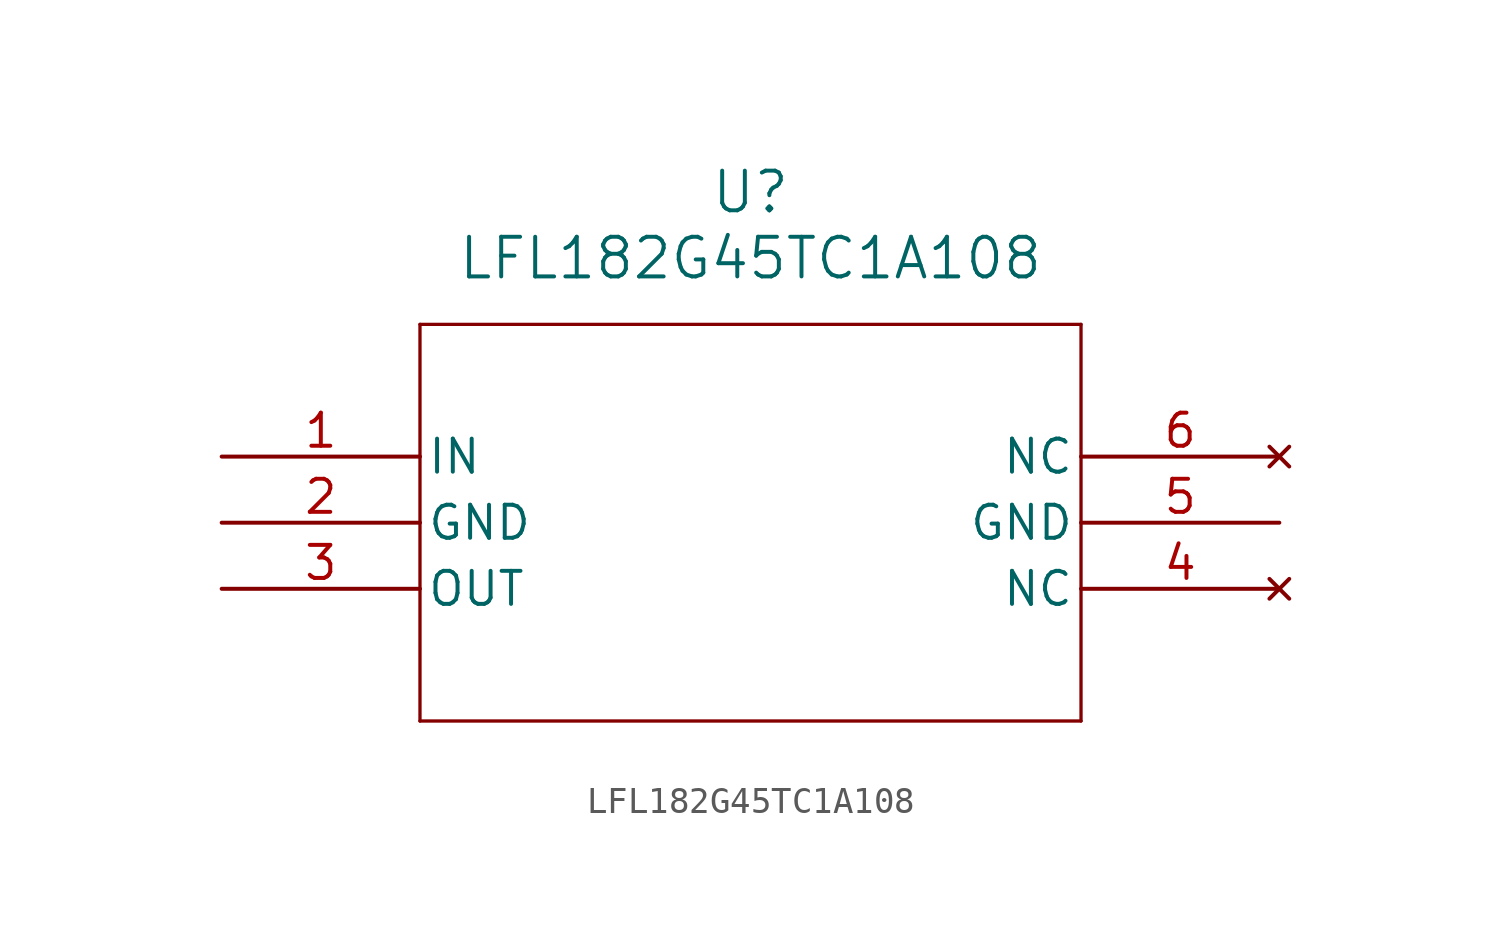
<source format=kicad_sym>
(kicad_symbol_lib
  (version 20211014)
  (generator kicad_symbol_editor)
  (symbol "LFL182G45TC1A108"
    (pin_names
      (offset 0.254))
    (property "Reference" "U"
      (at 20.32 10.16 0)
      (effects (font (size 1.524 1.524))))
    (property "Value" "LFL182G45TC1A108"
      (at 20.32 7.62 0)
      (effects (font (size 1.524 1.524))))
    (symbol "LFL182G45TC1A108_0_1"
      (polyline (pts (xy 7.62 5.08) (xy 7.62 -10.16)) (stroke (width 0.127) (type default) (color 0 0 0 0)) (fill (type none)))
      (polyline (pts (xy 7.62 -10.16) (xy 33.02 -10.16)) (stroke (width 0.127) (type default) (color 0 0 0 0)) (fill (type none)))
      (polyline (pts (xy 33.02 -10.16) (xy 33.02 5.08)) (stroke (width 0.127) (type default) (color 0 0 0 0)) (fill (type none)))
      (polyline (pts (xy 33.02 5.08) (xy 7.62 5.08)) (stroke (width 0.127) (type default) (color 0 0 0 0)) (fill (type none)))
      (pin input line (at 0 0 0) (length 7.62) (name "IN" (effects (font (size 1.27 1.27)))) (number "1" (effects (font (size 1.27 1.27)))))
      (pin power_out line (at 0 -2.54 0) (length 7.62) (name "GND" (effects (font (size 1.27 1.27)))) (number "2" (effects (font (size 1.27 1.27)))))
      (pin output line (at 0 -5.08 0) (length 7.62) (name "OUT" (effects (font (size 1.27 1.27)))) (number "3" (effects (font (size 1.27 1.27)))))
      (pin no_connect line (at 40.64 -5.08 180) (length 7.62) (name "NC" (effects (font (size 1.27 1.27)))) (number "4" (effects (font (size 1.27 1.27)))))
      (pin power_out line (at 40.64 -2.54 180) (length 7.62) (name "GND" (effects (font (size 1.27 1.27)))) (number "5" (effects (font (size 1.27 1.27)))))
      (pin no_connect line (at 40.64 0 180) (length 7.62) (name "NC" (effects (font (size 1.27 1.27)))) (number "6" (effects (font (size 1.27 1.27))))))))
</source>
